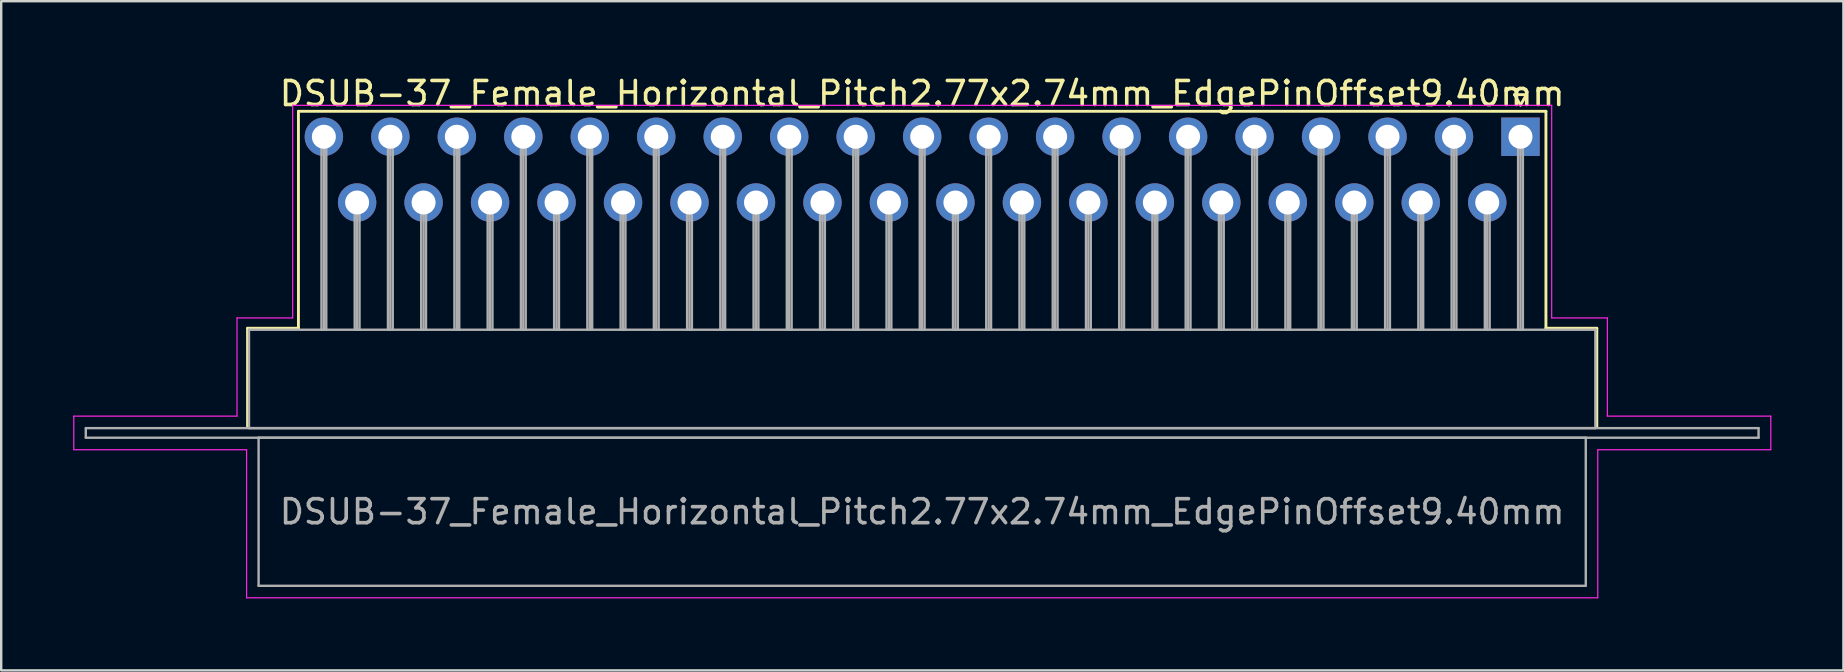
<source format=kicad_pcb>
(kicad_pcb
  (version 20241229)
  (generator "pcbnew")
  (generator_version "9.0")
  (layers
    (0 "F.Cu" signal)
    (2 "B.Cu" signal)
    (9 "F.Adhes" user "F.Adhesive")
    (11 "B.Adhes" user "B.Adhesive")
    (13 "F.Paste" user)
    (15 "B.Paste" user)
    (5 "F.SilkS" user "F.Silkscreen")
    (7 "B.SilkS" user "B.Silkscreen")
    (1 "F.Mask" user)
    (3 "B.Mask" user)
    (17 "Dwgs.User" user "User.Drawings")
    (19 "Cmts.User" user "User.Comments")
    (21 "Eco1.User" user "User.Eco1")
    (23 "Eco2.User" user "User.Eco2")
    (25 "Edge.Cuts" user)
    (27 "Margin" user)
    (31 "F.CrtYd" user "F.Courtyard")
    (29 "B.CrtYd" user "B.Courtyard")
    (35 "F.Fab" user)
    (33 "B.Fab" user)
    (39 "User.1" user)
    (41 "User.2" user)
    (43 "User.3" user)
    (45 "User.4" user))
  (footprint "DSUB-37_Female_Horizontal_Pitch2.77x2.74mm_EdgePinOffset9.40mm"
    (layer "F.Cu")
    (at 60.305 2.648)
    (property "Reference" "DSUB-37_Female_Horizontal_Pitch2.77x2.74mm_EdgePinOffset9.40mm" (at -24.93 -1.8 0) (layer "F.SilkS") (effects (font (size 1 1) (thickness 0.15))))
    (attr through_hole)
    (fp_line (start -53.04 7.98) (end -50.92 7.98) (stroke (width 0.12) (type solid)) (layer "F.SilkS"))
    (fp_line (start -53.04 12.08) (end -53.04 7.98) (stroke (width 0.12) (type solid)) (layer "F.SilkS"))
    (fp_line (start -50.92 -1.06) (end 1.06 -1.06) (stroke (width 0.12) (type solid)) (layer "F.SilkS"))
    (fp_line (start -50.92 7.98) (end -50.92 -1.06) (stroke (width 0.12) (type solid)) (layer "F.SilkS"))
    (fp_line (start -0.25 -1.754) (end 0.25 -1.754) (stroke (width 0.12) (type solid)) (layer "F.SilkS"))
    (fp_line (start 0 -1.321) (end -0.25 -1.754) (stroke (width 0.12) (type solid)) (layer "F.SilkS"))
    (fp_line (start 0.25 -1.754) (end 0 -1.321) (stroke (width 0.12) (type solid)) (layer "F.SilkS"))
    (fp_line (start 1.06 -1.06) (end 1.06 7.98) (stroke (width 0.12) (type solid)) (layer "F.SilkS"))
    (fp_line (start 1.06 7.98) (end 3.18 7.98) (stroke (width 0.12) (type solid)) (layer "F.SilkS"))
    (fp_line (start 3.18 7.98) (end 3.18 12.08) (stroke (width 0.12) (type solid)) (layer "F.SilkS"))
    (fp_line (start -60.28 11.64) (end -53.48 11.64) (stroke (width 0.05) (type solid)) (layer "F.CrtYd"))
    (fp_line (start -60.28 13.04) (end -60.28 11.64) (stroke (width 0.05) (type solid)) (layer "F.CrtYd"))
    (fp_line (start -53.48 7.55) (end -51.16 7.55) (stroke (width 0.05) (type solid)) (layer "F.CrtYd"))
    (fp_line (start -53.48 11.64) (end -53.48 7.55) (stroke (width 0.05) (type solid)) (layer "F.CrtYd"))
    (fp_line (start -53.08 13.04) (end -60.28 13.04) (stroke (width 0.05) (type solid)) (layer "F.CrtYd"))
    (fp_line (start -53.08 19.21) (end -53.08 13.04) (stroke (width 0.05) (type solid)) (layer "F.CrtYd"))
    (fp_line (start -51.16 -1.31) (end 1.3 -1.31) (stroke (width 0.05) (type solid)) (layer "F.CrtYd"))
    (fp_line (start -51.16 7.55) (end -51.16 -1.31) (stroke (width 0.05) (type solid)) (layer "F.CrtYd"))
    (fp_line (start 1.3 -1.31) (end 1.3 7.55) (stroke (width 0.05) (type solid)) (layer "F.CrtYd"))
    (fp_line (start 1.3 7.55) (end 3.62 7.55) (stroke (width 0.05) (type solid)) (layer "F.CrtYd"))
    (fp_line (start 3.22 13.04) (end 3.22 19.21) (stroke (width 0.05) (type solid)) (layer "F.CrtYd"))
    (fp_line (start 3.22 19.21) (end -53.08 19.21) (stroke (width 0.05) (type solid)) (layer "F.CrtYd"))
    (fp_line (start 3.62 7.55) (end 3.62 11.64) (stroke (width 0.05) (type solid)) (layer "F.CrtYd"))
    (fp_line (start 3.62 11.64) (end 10.43 11.64) (stroke (width 0.05) (type solid)) (layer "F.CrtYd"))
    (fp_line (start 10.43 11.64) (end 10.43 13.04) (stroke (width 0.05) (type solid)) (layer "F.CrtYd"))
    (fp_line (start 10.43 13.04) (end 3.22 13.04) (stroke (width 0.05) (type solid)) (layer "F.CrtYd"))
    (fp_line (start -59.78 12.14) (end -59.78 12.54) (stroke (width 0.1) (type solid)) (layer "F.Fab"))
    (fp_line (start -59.78 12.54) (end 9.92 12.54) (stroke (width 0.1) (type solid)) (layer "F.Fab"))
    (fp_line (start -52.98 8.04) (end -52.98 12.14) (stroke (width 0.1) (type solid)) (layer "F.Fab"))
    (fp_line (start -52.98 12.14) (end 3.12 12.14) (stroke (width 0.1) (type solid)) (layer "F.Fab"))
    (fp_line (start -52.58 12.54) (end -52.58 18.71) (stroke (width 0.1) (type solid)) (layer "F.Fab"))
    (fp_line (start -52.58 18.71) (end 2.72 18.71) (stroke (width 0.1) (type solid)) (layer "F.Fab"))
    (fp_line (start -49.96 0) (end -49.96 8.04) (stroke (width 0.1) (type solid)) (layer "F.Fab"))
    (fp_line (start -49.86 0) (end -49.86 8.04) (stroke (width 0.1) (type solid)) (layer "F.Fab"))
    (fp_line (start -49.76 0) (end -49.76 8.04) (stroke (width 0.1) (type solid)) (layer "F.Fab"))
    (fp_line (start -48.575 2.74) (end -48.575 8.04) (stroke (width 0.1) (type solid)) (layer "F.Fab"))
    (fp_line (start -48.475 2.74) (end -48.475 8.04) (stroke (width 0.1) (type solid)) (layer "F.Fab"))
    (fp_line (start -48.375 2.74) (end -48.375 8.04) (stroke (width 0.1) (type solid)) (layer "F.Fab"))
    (fp_line (start -47.19 0) (end -47.19 8.04) (stroke (width 0.1) (type solid)) (layer "F.Fab"))
    (fp_line (start -47.09 0) (end -47.09 8.04) (stroke (width 0.1) (type solid)) (layer "F.Fab"))
    (fp_line (start -46.99 0) (end -46.99 8.04) (stroke (width 0.1) (type solid)) (layer "F.Fab"))
    (fp_line (start -45.805 2.74) (end -45.805 8.04) (stroke (width 0.1) (type solid)) (layer "F.Fab"))
    (fp_line (start -45.705 2.74) (end -45.705 8.04) (stroke (width 0.1) (type solid)) (layer "F.Fab"))
    (fp_line (start -45.605 2.74) (end -45.605 8.04) (stroke (width 0.1) (type solid)) (layer "F.Fab"))
    (fp_line (start -44.42 0) (end -44.42 8.04) (stroke (width 0.1) (type solid)) (layer "F.Fab"))
    (fp_line (start -44.32 0) (end -44.32 8.04) (stroke (width 0.1) (type solid)) (layer "F.Fab"))
    (fp_line (start -44.22 0) (end -44.22 8.04) (stroke (width 0.1) (type solid)) (layer "F.Fab"))
    (fp_line (start -43.035 2.74) (end -43.035 8.04) (stroke (width 0.1) (type solid)) (layer "F.Fab"))
    (fp_line (start -42.935 2.74) (end -42.935 8.04) (stroke (width 0.1) (type solid)) (layer "F.Fab"))
    (fp_line (start -42.835 2.74) (end -42.835 8.04) (stroke (width 0.1) (type solid)) (layer "F.Fab"))
    (fp_line (start -41.65 0) (end -41.65 8.04) (stroke (width 0.1) (type solid)) (layer "F.Fab"))
    (fp_line (start -41.55 0) (end -41.55 8.04) (stroke (width 0.1) (type solid)) (layer "F.Fab"))
    (fp_line (start -41.45 0) (end -41.45 8.04) (stroke (width 0.1) (type solid)) (layer "F.Fab"))
    (fp_line (start -40.265 2.74) (end -40.265 8.04) (stroke (width 0.1) (type solid)) (layer "F.Fab"))
    (fp_line (start -40.165 2.74) (end -40.165 8.04) (stroke (width 0.1) (type solid)) (layer "F.Fab"))
    (fp_line (start -40.065 2.74) (end -40.065 8.04) (stroke (width 0.1) (type solid)) (layer "F.Fab"))
    (fp_line (start -38.88 0) (end -38.88 8.04) (stroke (width 0.1) (type solid)) (layer "F.Fab"))
    (fp_line (start -38.78 0) (end -38.78 8.04) (stroke (width 0.1) (type solid)) (layer "F.Fab"))
    (fp_line (start -38.68 0) (end -38.68 8.04) (stroke (width 0.1) (type solid)) (layer "F.Fab"))
    (fp_line (start -37.495 2.74) (end -37.495 8.04) (stroke (width 0.1) (type solid)) (layer "F.Fab"))
    (fp_line (start -37.395 2.74) (end -37.395 8.04) (stroke (width 0.1) (type solid)) (layer "F.Fab"))
    (fp_line (start -37.295 2.74) (end -37.295 8.04) (stroke (width 0.1) (type solid)) (layer "F.Fab"))
    (fp_line (start -36.11 0) (end -36.11 8.04) (stroke (width 0.1) (type solid)) (layer "F.Fab"))
    (fp_line (start -36.01 0) (end -36.01 8.04) (stroke (width 0.1) (type solid)) (layer "F.Fab"))
    (fp_line (start -35.91 0) (end -35.91 8.04) (stroke (width 0.1) (type solid)) (layer "F.Fab"))
    (fp_line (start -34.725 2.74) (end -34.725 8.04) (stroke (width 0.1) (type solid)) (layer "F.Fab"))
    (fp_line (start -34.625 2.74) (end -34.625 8.04) (stroke (width 0.1) (type solid)) (layer "F.Fab"))
    (fp_line (start -34.525 2.74) (end -34.525 8.04) (stroke (width 0.1) (type solid)) (layer "F.Fab"))
    (fp_line (start -33.34 0) (end -33.34 8.04) (stroke (width 0.1) (type solid)) (layer "F.Fab"))
    (fp_line (start -33.24 0) (end -33.24 8.04) (stroke (width 0.1) (type solid)) (layer "F.Fab"))
    (fp_line (start -33.14 0) (end -33.14 8.04) (stroke (width 0.1) (type solid)) (layer "F.Fab"))
    (fp_line (start -31.955 2.74) (end -31.955 8.04) (stroke (width 0.1) (type solid)) (layer "F.Fab"))
    (fp_line (start -31.855 2.74) (end -31.855 8.04) (stroke (width 0.1) (type solid)) (layer "F.Fab"))
    (fp_line (start -31.755 2.74) (end -31.755 8.04) (stroke (width 0.1) (type solid)) (layer "F.Fab"))
    (fp_line (start -30.57 0) (end -30.57 8.04) (stroke (width 0.1) (type solid)) (layer "F.Fab"))
    (fp_line (start -30.47 0) (end -30.47 8.04) (stroke (width 0.1) (type solid)) (layer "F.Fab"))
    (fp_line (start -30.37 0) (end -30.37 8.04) (stroke (width 0.1) (type solid)) (layer "F.Fab"))
    (fp_line (start -29.185 2.74) (end -29.185 8.04) (stroke (width 0.1) (type solid)) (layer "F.Fab"))
    (fp_line (start -29.085 2.74) (end -29.085 8.04) (stroke (width 0.1) (type solid)) (layer "F.Fab"))
    (fp_line (start -28.985 2.74) (end -28.985 8.04) (stroke (width 0.1) (type solid)) (layer "F.Fab"))
    (fp_line (start -27.8 0) (end -27.8 8.04) (stroke (width 0.1) (type solid)) (layer "F.Fab"))
    (fp_line (start -27.7 0) (end -27.7 8.04) (stroke (width 0.1) (type solid)) (layer "F.Fab"))
    (fp_line (start -27.6 0) (end -27.6 8.04) (stroke (width 0.1) (type solid)) (layer "F.Fab"))
    (fp_line (start -26.415 2.74) (end -26.415 8.04) (stroke (width 0.1) (type solid)) (layer "F.Fab"))
    (fp_line (start -26.315 2.74) (end -26.315 8.04) (stroke (width 0.1) (type solid)) (layer "F.Fab"))
    (fp_line (start -26.215 2.74) (end -26.215 8.04) (stroke (width 0.1) (type solid)) (layer "F.Fab"))
    (fp_line (start -25.03 0) (end -25.03 8.04) (stroke (width 0.1) (type solid)) (layer "F.Fab"))
    (fp_line (start -24.93 0) (end -24.93 8.04) (stroke (width 0.1) (type solid)) (layer "F.Fab"))
    (fp_line (start -24.83 0) (end -24.83 8.04) (stroke (width 0.1) (type solid)) (layer "F.Fab"))
    (fp_line (start -23.645 2.74) (end -23.645 8.04) (stroke (width 0.1) (type solid)) (layer "F.Fab"))
    (fp_line (start -23.545 2.74) (end -23.545 8.04) (stroke (width 0.1) (type solid)) (layer "F.Fab"))
    (fp_line (start -23.445 2.74) (end -23.445 8.04) (stroke (width 0.1) (type solid)) (layer "F.Fab"))
    (fp_line (start -22.26 0) (end -22.26 8.04) (stroke (width 0.1) (type solid)) (layer "F.Fab"))
    (fp_line (start -22.16 0) (end -22.16 8.04) (stroke (width 0.1) (type solid)) (layer "F.Fab"))
    (fp_line (start -22.06 0) (end -22.06 8.04) (stroke (width 0.1) (type solid)) (layer "F.Fab"))
    (fp_line (start -20.875 2.74) (end -20.875 8.04) (stroke (width 0.1) (type solid)) (layer "F.Fab"))
    (fp_line (start -20.775 2.74) (end -20.775 8.04) (stroke (width 0.1) (type solid)) (layer "F.Fab"))
    (fp_line (start -20.675 2.74) (end -20.675 8.04) (stroke (width 0.1) (type solid)) (layer "F.Fab"))
    (fp_line (start -19.49 0) (end -19.49 8.04) (stroke (width 0.1) (type solid)) (layer "F.Fab"))
    (fp_line (start -19.39 0) (end -19.39 8.04) (stroke (width 0.1) (type solid)) (layer "F.Fab"))
    (fp_line (start -19.29 0) (end -19.29 8.04) (stroke (width 0.1) (type solid)) (layer "F.Fab"))
    (fp_line (start -18.105 2.74) (end -18.105 8.04) (stroke (width 0.1) (type solid)) (layer "F.Fab"))
    (fp_line (start -18.005 2.74) (end -18.005 8.04) (stroke (width 0.1) (type solid)) (layer "F.Fab"))
    (fp_line (start -17.905 2.74) (end -17.905 8.04) (stroke (width 0.1) (type solid)) (layer "F.Fab"))
    (fp_line (start -16.72 0) (end -16.72 8.04) (stroke (width 0.1) (type solid)) (layer "F.Fab"))
    (fp_line (start -16.62 0) (end -16.62 8.04) (stroke (width 0.1) (type solid)) (layer "F.Fab"))
    (fp_line (start -16.52 0) (end -16.52 8.04) (stroke (width 0.1) (type solid)) (layer "F.Fab"))
    (fp_line (start -15.335 2.74) (end -15.335 8.04) (stroke (width 0.1) (type solid)) (layer "F.Fab"))
    (fp_line (start -15.235 2.74) (end -15.235 8.04) (stroke (width 0.1) (type solid)) (layer "F.Fab"))
    (fp_line (start -15.135 2.74) (end -15.135 8.04) (stroke (width 0.1) (type solid)) (layer "F.Fab"))
    (fp_line (start -13.95 0) (end -13.95 8.04) (stroke (width 0.1) (type solid)) (layer "F.Fab"))
    (fp_line (start -13.85 0) (end -13.85 8.04) (stroke (width 0.1) (type solid)) (layer "F.Fab"))
    (fp_line (start -13.75 0) (end -13.75 8.04) (stroke (width 0.1) (type solid)) (layer "F.Fab"))
    (fp_line (start -12.565 2.74) (end -12.565 8.04) (stroke (width 0.1) (type solid)) (layer "F.Fab"))
    (fp_line (start -12.465 2.74) (end -12.465 8.04) (stroke (width 0.1) (type solid)) (layer "F.Fab"))
    (fp_line (start -12.365 2.74) (end -12.365 8.04) (stroke (width 0.1) (type solid)) (layer "F.Fab"))
    (fp_line (start -11.18 0) (end -11.18 8.04) (stroke (width 0.1) (type solid)) (layer "F.Fab"))
    (fp_line (start -11.08 0) (end -11.08 8.04) (stroke (width 0.1) (type solid)) (layer "F.Fab"))
    (fp_line (start -10.98 0) (end -10.98 8.04) (stroke (width 0.1) (type solid)) (layer "F.Fab"))
    (fp_line (start -9.795 2.74) (end -9.795 8.04) (stroke (width 0.1) (type solid)) (layer "F.Fab"))
    (fp_line (start -9.695 2.74) (end -9.695 8.04) (stroke (width 0.1) (type solid)) (layer "F.Fab"))
    (fp_line (start -9.595 2.74) (end -9.595 8.04) (stroke (width 0.1) (type solid)) (layer "F.Fab"))
    (fp_line (start -8.41 0) (end -8.41 8.04) (stroke (width 0.1) (type solid)) (layer "F.Fab"))
    (fp_line (start -8.31 0) (end -8.31 8.04) (stroke (width 0.1) (type solid)) (layer "F.Fab"))
    (fp_line (start -8.21 0) (end -8.21 8.04) (stroke (width 0.1) (type solid)) (layer "F.Fab"))
    (fp_line (start -7.025 2.74) (end -7.025 8.04) (stroke (width 0.1) (type solid)) (layer "F.Fab"))
    (fp_line (start -6.925 2.74) (end -6.925 8.04) (stroke (width 0.1) (type solid)) (layer "F.Fab"))
    (fp_line (start -6.825 2.74) (end -6.825 8.04) (stroke (width 0.1) (type solid)) (layer "F.Fab"))
    (fp_line (start -5.64 0) (end -5.64 8.04) (stroke (width 0.1) (type solid)) (layer "F.Fab"))
    (fp_line (start -5.54 0) (end -5.54 8.04) (stroke (width 0.1) (type solid)) (layer "F.Fab"))
    (fp_line (start -5.44 0) (end -5.44 8.04) (stroke (width 0.1) (type solid)) (layer "F.Fab"))
    (fp_line (start -4.255 2.74) (end -4.255 8.04) (stroke (width 0.1) (type solid)) (layer "F.Fab"))
    (fp_line (start -4.155 2.74) (end -4.155 8.04) (stroke (width 0.1) (type solid)) (layer "F.Fab"))
    (fp_line (start -4.055 2.74) (end -4.055 8.04) (stroke (width 0.1) (type solid)) (layer "F.Fab"))
    (fp_line (start -2.87 0) (end -2.87 8.04) (stroke (width 0.1) (type solid)) (layer "F.Fab"))
    (fp_line (start -2.77 0) (end -2.77 8.04) (stroke (width 0.1) (type solid)) (layer "F.Fab"))
    (fp_line (start -2.67 0) (end -2.67 8.04) (stroke (width 0.1) (type solid)) (layer "F.Fab"))
    (fp_line (start -1.485 2.74) (end -1.485 8.04) (stroke (width 0.1) (type solid)) (layer "F.Fab"))
    (fp_line (start -1.385 2.74) (end -1.385 8.04) (stroke (width 0.1) (type solid)) (layer "F.Fab"))
    (fp_line (start -1.285 2.74) (end -1.285 8.04) (stroke (width 0.1) (type solid)) (layer "F.Fab"))
    (fp_line (start -0.1 0) (end -0.1 8.04) (stroke (width 0.1) (type solid)) (layer "F.Fab"))
    (fp_line (start 0 0) (end 0 8.04) (stroke (width 0.1) (type solid)) (layer "F.Fab"))
    (fp_line (start 0.1 0) (end 0.1 8.04) (stroke (width 0.1) (type solid)) (layer "F.Fab"))
    (fp_line (start 2.72 12.54) (end -52.58 12.54) (stroke (width 0.1) (type solid)) (layer "F.Fab"))
    (fp_line (start 2.72 18.71) (end 2.72 12.54) (stroke (width 0.1) (type solid)) (layer "F.Fab"))
    (fp_line (start 3.12 8.04) (end -52.98 8.04) (stroke (width 0.1) (type solid)) (layer "F.Fab"))
    (fp_line (start 3.12 12.14) (end 3.12 8.04) (stroke (width 0.1) (type solid)) (layer "F.Fab"))
    (fp_line (start 9.92 12.14) (end -59.78 12.14) (stroke (width 0.1) (type solid)) (layer "F.Fab"))
    (fp_line (start 9.92 12.54) (end 9.92 12.14) (stroke (width 0.1) (type solid)) (layer "F.Fab"))
    (fp_text user "${REFERENCE}" (at -24.93 15.625 0) (layer "F.Fab") (effects (font (size 1 1) (thickness 0.15))))
    (pad "1" thru_hole rect (at 0 0) (size 1.6 1.6) (drill 1) (layers "*.Cu" "*.Mask"))
    (pad "2" thru_hole circle (at -2.77 0) (size 1.6 1.6) (drill 1) (layers "*.Cu" "*.Mask"))
    (pad "3" thru_hole circle (at -5.54 0) (size 1.6 1.6) (drill 1) (layers "*.Cu" "*.Mask"))
    (pad "4" thru_hole circle (at -8.31 0) (size 1.6 1.6) (drill 1) (layers "*.Cu" "*.Mask"))
    (pad "5" thru_hole circle (at -11.08 0) (size 1.6 1.6) (drill 1) (layers "*.Cu" "*.Mask"))
    (pad "6" thru_hole circle (at -13.85 0) (size 1.6 1.6) (drill 1) (layers "*.Cu" "*.Mask"))
    (pad "7" thru_hole circle (at -16.62 0) (size 1.6 1.6) (drill 1) (layers "*.Cu" "*.Mask"))
    (pad "8" thru_hole circle (at -19.39 0) (size 1.6 1.6) (drill 1) (layers "*.Cu" "*.Mask"))
    (pad "9" thru_hole circle (at -22.16 0) (size 1.6 1.6) (drill 1) (layers "*.Cu" "*.Mask"))
    (pad "10" thru_hole circle (at -24.93 0) (size 1.6 1.6) (drill 1) (layers "*.Cu" "*.Mask"))
    (pad "11" thru_hole circle (at -27.7 0) (size 1.6 1.6) (drill 1) (layers "*.Cu" "*.Mask"))
    (pad "12" thru_hole circle (at -30.47 0) (size 1.6 1.6) (drill 1) (layers "*.Cu" "*.Mask"))
    (pad "13" thru_hole circle (at -33.24 0) (size 1.6 1.6) (drill 1) (layers "*.Cu" "*.Mask"))
    (pad "14" thru_hole circle (at -36.01 0) (size 1.6 1.6) (drill 1) (layers "*.Cu" "*.Mask"))
    (pad "15" thru_hole circle (at -38.78 0) (size 1.6 1.6) (drill 1) (layers "*.Cu" "*.Mask"))
    (pad "16" thru_hole circle (at -41.55 0) (size 1.6 1.6) (drill 1) (layers "*.Cu" "*.Mask"))
    (pad "17" thru_hole circle (at -44.32 0) (size 1.6 1.6) (drill 1) (layers "*.Cu" "*.Mask"))
    (pad "18" thru_hole circle (at -47.09 0) (size 1.6 1.6) (drill 1) (layers "*.Cu" "*.Mask"))
    (pad "19" thru_hole circle (at -49.86 0) (size 1.6 1.6) (drill 1) (layers "*.Cu" "*.Mask"))
    (pad "20" thru_hole circle (at -1.385 2.74) (size 1.6 1.6) (drill 1) (layers "*.Cu" "*.Mask"))
    (pad "21" thru_hole circle (at -4.155 2.74) (size 1.6 1.6) (drill 1) (layers "*.Cu" "*.Mask"))
    (pad "22" thru_hole circle (at -6.925 2.74) (size 1.6 1.6) (drill 1) (layers "*.Cu" "*.Mask"))
    (pad "23" thru_hole circle (at -9.695 2.74) (size 1.6 1.6) (drill 1) (layers "*.Cu" "*.Mask"))
    (pad "24" thru_hole circle (at -12.465 2.74) (size 1.6 1.6) (drill 1) (layers "*.Cu" "*.Mask"))
    (pad "25" thru_hole circle (at -15.235 2.74) (size 1.6 1.6) (drill 1) (layers "*.Cu" "*.Mask"))
    (pad "26" thru_hole circle (at -18.005 2.74) (size 1.6 1.6) (drill 1) (layers "*.Cu" "*.Mask"))
    (pad "27" thru_hole circle (at -20.775 2.74) (size 1.6 1.6) (drill 1) (layers "*.Cu" "*.Mask"))
    (pad "28" thru_hole circle (at -23.545 2.74) (size 1.6 1.6) (drill 1) (layers "*.Cu" "*.Mask"))
    (pad "29" thru_hole circle (at -26.315 2.74) (size 1.6 1.6) (drill 1) (layers "*.Cu" "*.Mask"))
    (pad "30" thru_hole circle (at -29.085 2.74) (size 1.6 1.6) (drill 1) (layers "*.Cu" "*.Mask"))
    (pad "31" thru_hole circle (at -31.855 2.74) (size 1.6 1.6) (drill 1) (layers "*.Cu" "*.Mask"))
    (pad "32" thru_hole circle (at -34.625 2.74) (size 1.6 1.6) (drill 1) (layers "*.Cu" "*.Mask"))
    (pad "33" thru_hole circle (at -37.395 2.74) (size 1.6 1.6) (drill 1) (layers "*.Cu" "*.Mask"))
    (pad "34" thru_hole circle (at -40.165 2.74) (size 1.6 1.6) (drill 1) (layers "*.Cu" "*.Mask"))
    (pad "35" thru_hole circle (at -42.935 2.74) (size 1.6 1.6) (drill 1) (layers "*.Cu" "*.Mask"))
    (pad "36" thru_hole circle (at -45.705 2.74) (size 1.6 1.6) (drill 1) (layers "*.Cu" "*.Mask"))
    (pad "37" thru_hole circle (at -48.475 2.74) (size 1.6 1.6) (drill 1) (layers "*.Cu" "*.Mask")))
  (gr_rect
    (start -3 -3)
    (end 73.76 24.883)
    (stroke (width 0.1) (type default))
    (fill no)
    (layer "Edge.Cuts")))
</source>
